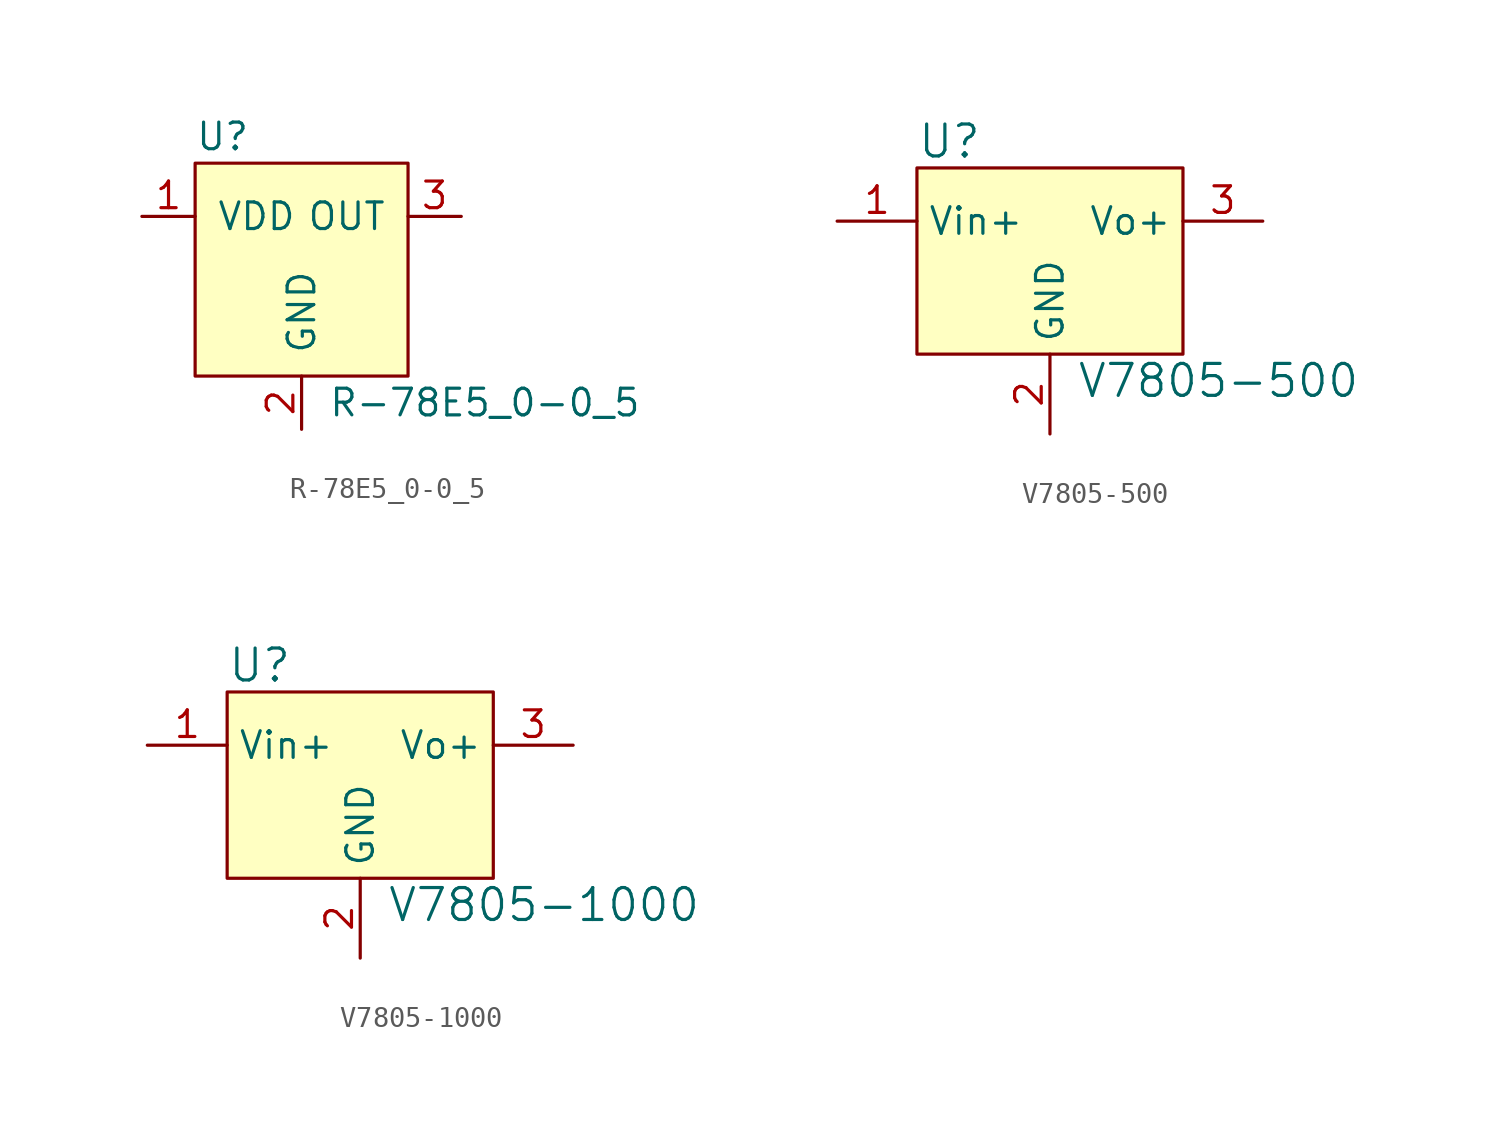
<source format=kicad_sym>
(kicad_symbol_lib
  (version 20201005)
  (generator kicad_symbol_editor)
  (symbol "R-78E5_0-0_5"
    (pin_names
      (offset 1.016))
    (property "Reference" "U"
      (at -5.08 6.35 0)
      (effects (font (size 1.27 1.27)) (justify left)))
    (property "Value" "R-78E5_0-0_5"
      (at 1.27 -6.35 0)
      (effects (font (size 1.27 1.27)) (justify left)))
    (symbol "R-78E5_0-0_5_1_1"
      (rectangle (start 5.08 5.08) (end -5.08 -5.08) (stroke (width 0)) (fill (type background)))
      (pin power_in line (at -7.62 2.54 0) (length 2.54) (name "VDD" (effects (font (size 1.27 1.27)))) (number "1" (effects (font (size 1.27 1.27)))))
      (pin power_in line (at 0 -7.62 90) (length 2.54) (name "GND" (effects (font (size 1.27 1.27)))) (number "2" (effects (font (size 1.27 1.27)))))
      (pin power_out line (at 7.62 2.54 180) (length 2.54) (name "OUT" (effects (font (size 1.27 1.27)))) (number "3" (effects (font (size 1.27 1.27)))))))
  (symbol "V7805-500"
    (property "Reference" "U"
      (at -6.35 6.35 0)
      (effects (font (size 1.524 1.524)) (justify left)))
    (property "Value" "V7805-500"
      (at 1.27 -5.08 0)
      (effects (font (size 1.524 1.524)) (justify left)))
    (symbol "V7805-500_0_1"
      (rectangle (start -6.35 5.08) (end 6.35 -3.81) (stroke (width 0)) (fill (type background))))
    (symbol "V7805-500_1_1"
      (pin power_in line (at -10.16 2.54 0) (length 3.81) (name "Vin+" (effects (font (size 1.27 1.27)))) (number "1" (effects (font (size 1.27 1.27)))))
      (pin power_in line (at 0 -7.62 90) (length 3.81) (name "GND" (effects (font (size 1.27 1.27)))) (number "2" (effects (font (size 1.27 1.27)))))
      (pin power_out line (at 10.16 2.54 180) (length 3.81) (name "Vo+" (effects (font (size 1.27 1.27)))) (number "3" (effects (font (size 1.27 1.27)))))))
  (symbol "V7805-1000"
    (property "Reference" "U"
      (at -6.35 6.35 0)
      (effects (font (size 1.524 1.524)) (justify left)))
    (property "Value" "V7805-1000"
      (at 1.27 -5.08 0)
      (effects (font (size 1.524 1.524)) (justify left)))
    (symbol "V7805-1000_0_1"
      (rectangle (start -6.35 5.08) (end 6.35 -3.81) (stroke (width 0)) (fill (type background))))
    (symbol "V7805-1000_1_1"
      (pin power_in line (at -10.16 2.54 0) (length 3.81) (name "Vin+" (effects (font (size 1.27 1.27)))) (number "1" (effects (font (size 1.27 1.27)))))
      (pin power_in line (at 0 -7.62 90) (length 3.81) (name "GND" (effects (font (size 1.27 1.27)))) (number "2" (effects (font (size 1.27 1.27)))))
      (pin power_out line (at 10.16 2.54 180) (length 3.81) (name "Vo+" (effects (font (size 1.27 1.27)))) (number "3" (effects (font (size 1.27 1.27))))))))
</source>
